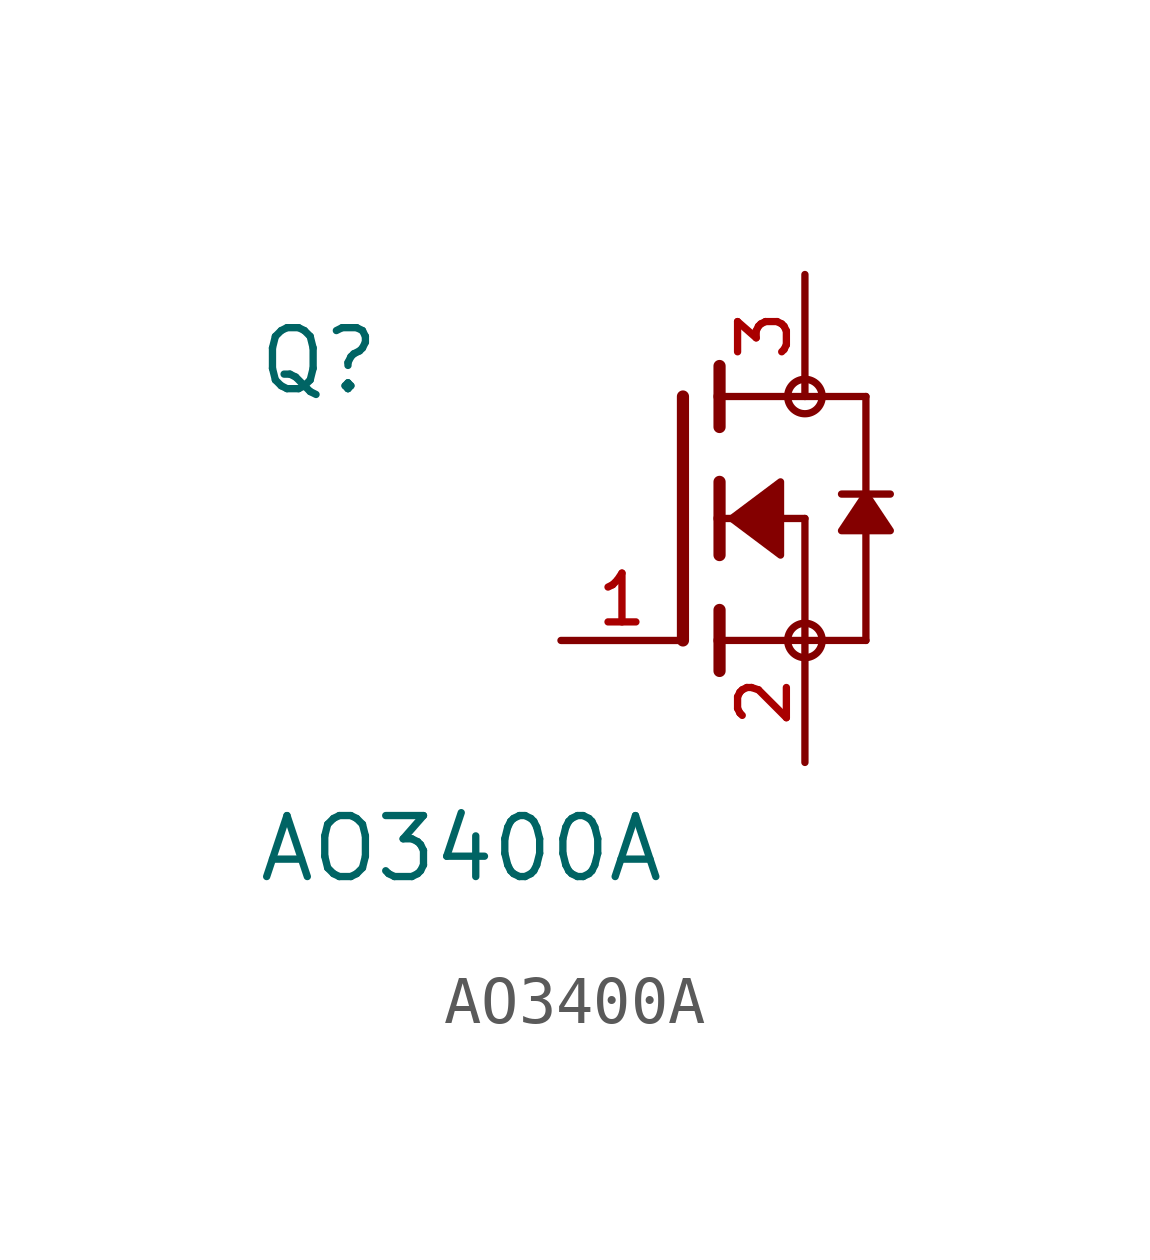
<source format=kicad_sym>
(kicad_symbol_lib
  (version 20211014)
  (generator kicad_symbol_editor)
  (symbol "AO3400A"
    (pin_names
      (offset 1.016))
    (property "Reference" "Q"
      (at -8.89 2.54 0)
      (effects (font (size 1.27 1.27)) (justify bottom left)))
    (property "Value" "AO3400A"
      (at -8.89 -7.62 0)
      (effects (font (size 1.27 1.27)) (justify bottom left)))
    (symbol "AO3400A_0_0"
      (polyline (pts (xy 0.762 0.762) (xy 0.762 0.0)) (stroke (width 0.254)))
      (polyline (pts (xy 0.762 0.0) (xy 0.762 -0.762)) (stroke (width 0.254)))
      (polyline (pts (xy 0.762 3.175) (xy 0.762 2.54)) (stroke (width 0.254)))
      (polyline (pts (xy 0.762 2.54) (xy 0.762 1.905)) (stroke (width 0.254)))
      (polyline (pts (xy 0.762 0.0) (xy 2.54 0.0)) (stroke (width 0.152)))
      (polyline (pts (xy 2.54 0.0) (xy 2.54 -2.54)) (stroke (width 0.152)))
      (polyline (pts (xy 0.762 -1.905) (xy 0.762 -2.54)) (stroke (width 0.254)))
      (polyline (pts (xy 0.762 -2.54) (xy 0.762 -3.175)) (stroke (width 0.254)))
      (polyline (pts (xy 0.0 2.54) (xy 0.0 -2.54)) (stroke (width 0.254)))
      (polyline (pts (xy 2.54 -2.54) (xy 0.762 -2.54)) (stroke (width 0.152)))
      (polyline (pts (xy 3.81 2.54) (xy 3.81 0.508)) (stroke (width 0.152)))
      (polyline (pts (xy 3.81 0.508) (xy 3.81 -2.54)) (stroke (width 0.152)))
      (polyline (pts (xy 2.54 -2.54) (xy 3.81 -2.54)) (stroke (width 0.152)))
      (polyline (pts (xy 0.762 2.54) (xy 3.81 2.54)) (stroke (width 0.152)))
      (polyline (pts (xy 4.318 0.508) (xy 3.81 0.508)) (stroke (width 0.152)))
      (polyline (pts (xy 3.81 0.508) (xy 3.302 0.508)) (stroke (width 0.152)))
      (circle (center 2.54 -2.54) (radius 0.359) (stroke (width 0.0)) (fill (type none)))
      (circle (center 2.54 2.54) (radius 0.359) (stroke (width 0.0)) (fill (type none)))
      (polyline (pts (xy 3.81 0.508) (xy 3.302 -0.254) (xy 4.318 -0.254) (xy 3.81 0.508)) (stroke (width 0.152)) (fill (type outline)))
      (polyline (pts (xy 1.016 0.0) (xy 2.032 0.762) (xy 2.032 -0.762) (xy 1.016 0.0)) (stroke (width 0.152)) (fill (type outline)))
      (pin passive line (at 2.54 -5.08 90.0) (length 2.54) (name "~" (effects (font (size 1.016 1.016)))) (number "2" (effects (font (size 1.016 1.016)))))
      (pin passive line (at -2.54 -2.54 0) (length 2.54) (name "~" (effects (font (size 1.016 1.016)))) (number "1" (effects (font (size 1.016 1.016)))))
      (pin passive line (at 2.54 5.08 270.0) (length 2.54) (name "~" (effects (font (size 1.016 1.016)))) (number "3" (effects (font (size 1.016 1.016))))))))
</source>
